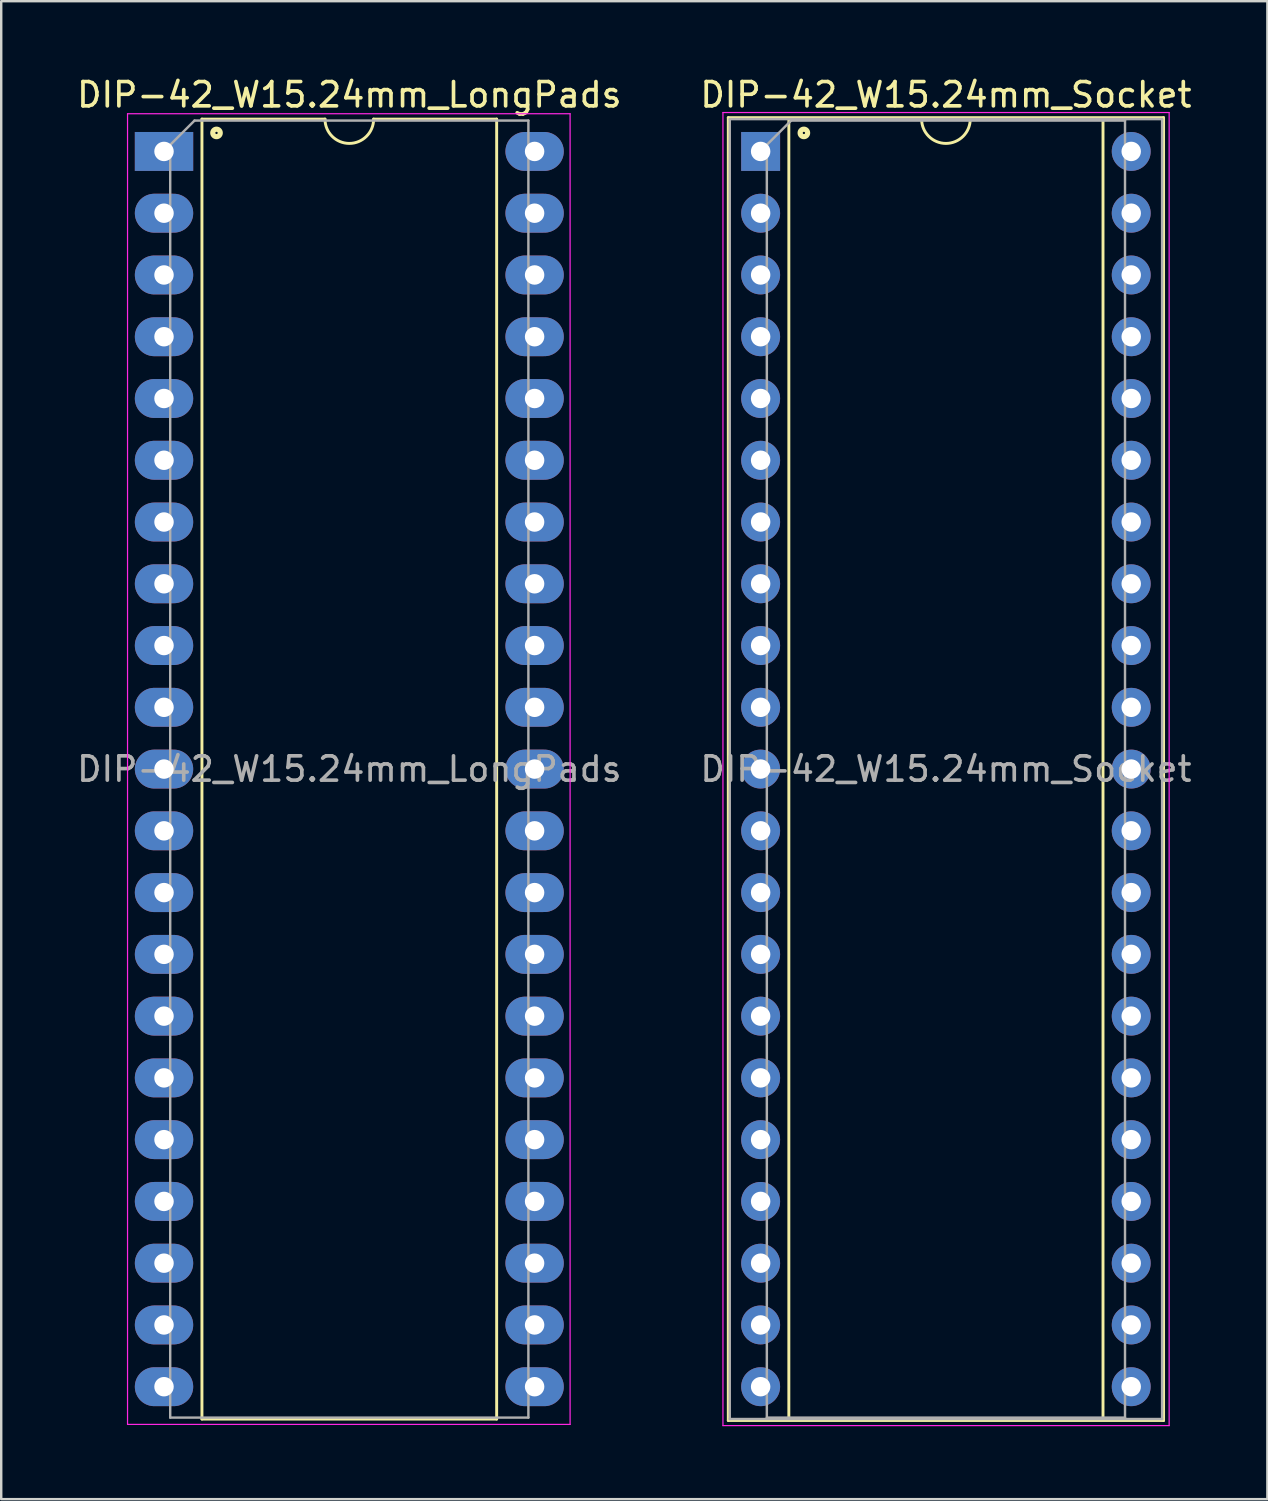
<source format=kicad_pcb>
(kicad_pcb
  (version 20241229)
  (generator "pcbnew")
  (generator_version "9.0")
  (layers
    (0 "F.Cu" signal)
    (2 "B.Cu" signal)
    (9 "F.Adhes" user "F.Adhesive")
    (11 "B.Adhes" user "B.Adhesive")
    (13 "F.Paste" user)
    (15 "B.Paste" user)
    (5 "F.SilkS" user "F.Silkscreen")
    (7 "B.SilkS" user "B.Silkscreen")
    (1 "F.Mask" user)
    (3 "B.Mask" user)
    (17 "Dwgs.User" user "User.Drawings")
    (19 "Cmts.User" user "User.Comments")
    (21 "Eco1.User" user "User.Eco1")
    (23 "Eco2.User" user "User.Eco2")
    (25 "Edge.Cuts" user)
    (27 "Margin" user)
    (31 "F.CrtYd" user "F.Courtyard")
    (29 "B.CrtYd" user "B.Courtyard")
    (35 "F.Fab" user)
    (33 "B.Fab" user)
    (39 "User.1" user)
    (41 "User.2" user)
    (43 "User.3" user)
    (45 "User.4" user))
  (footprint "DIP-42_W15.24mm_LongPads"
    (layer "F.Cu")
    (at 3.695 3.178)
    (property "Reference" "DIP-42_W15.24mm_LongPads" (at 7.62 -2.33 0) (layer "F.SilkS") (effects (font (size 1 1) (thickness 0.15))))
    (attr through_hole)
    (fp_line (start 1.56 -1.33) (end 1.56 52.13) (stroke (width 0.12) (type solid)) (layer "F.SilkS"))
    (fp_line (start 1.56 52.13) (end 13.68 52.13) (stroke (width 0.12) (type solid)) (layer "F.SilkS"))
    (fp_line (start 6.62 -1.33) (end 1.56 -1.33) (stroke (width 0.12) (type solid)) (layer "F.SilkS"))
    (fp_line (start 13.68 -1.33) (end 8.62 -1.33) (stroke (width 0.12) (type solid)) (layer "F.SilkS"))
    (fp_line (start 13.68 52.13) (end 13.68 -1.33) (stroke (width 0.12) (type solid)) (layer "F.SilkS"))
    (fp_arc (start 8.62 -1.33) (mid 7.62 -0.33) (end 6.62 -1.33) (stroke (width 0.12) (type solid)) (layer "F.SilkS"))
    (fp_circle (center 2.159 -0.762) (end 2.209 -0.762) (stroke (width 0.12) (type solid)) (fill no) (layer "F.SilkS"))
    (fp_circle (center 2.159 -0.762) (end 2.284 -0.762) (stroke (width 0.12) (type solid)) (fill no) (layer "F.SilkS"))
    (fp_circle (center 2.159 -0.762) (end 2.359 -0.762) (stroke (width 0.12) (type solid)) (fill no) (layer "F.SilkS"))
    (fp_line (start -1.5 -1.55) (end -1.5 52.35) (stroke (width 0.05) (type solid)) (layer "F.CrtYd"))
    (fp_line (start -1.5 52.35) (end 16.7 52.35) (stroke (width 0.05) (type solid)) (layer "F.CrtYd"))
    (fp_line (start 16.7 -1.55) (end -1.5 -1.55) (stroke (width 0.05) (type solid)) (layer "F.CrtYd"))
    (fp_line (start 16.7 52.35) (end 16.7 -1.55) (stroke (width 0.05) (type solid)) (layer "F.CrtYd"))
    (fp_line (start 0.255 -0.27) (end 1.255 -1.27) (stroke (width 0.1) (type solid)) (layer "F.Fab"))
    (fp_line (start 0.255 52.07) (end 0.255 -0.27) (stroke (width 0.1) (type solid)) (layer "F.Fab"))
    (fp_line (start 1.255 -1.27) (end 14.985 -1.27) (stroke (width 0.1) (type solid)) (layer "F.Fab"))
    (fp_line (start 14.985 -1.27) (end 14.985 52.07) (stroke (width 0.1) (type solid)) (layer "F.Fab"))
    (fp_line (start 14.985 52.07) (end 0.255 52.07) (stroke (width 0.1) (type solid)) (layer "F.Fab"))
    (fp_text user "${REFERENCE}" (at 7.62 25.4 0) (layer "F.Fab") (effects (font (size 1 1) (thickness 0.15))))
    (pad "1" thru_hole rect (at 0 0) (size 2.4 1.6) (drill 0.8) (layers "*.Cu" "*.Mask"))
    (pad "2" thru_hole oval (at 0 2.54) (size 2.4 1.6) (drill 0.8) (layers "*.Cu" "*.Mask"))
    (pad "3" thru_hole oval (at 0 5.08) (size 2.4 1.6) (drill 0.8) (layers "*.Cu" "*.Mask"))
    (pad "4" thru_hole oval (at 0 7.62) (size 2.4 1.6) (drill 0.8) (layers "*.Cu" "*.Mask"))
    (pad "5" thru_hole oval (at 0 10.16) (size 2.4 1.6) (drill 0.8) (layers "*.Cu" "*.Mask"))
    (pad "6" thru_hole oval (at 0 12.7) (size 2.4 1.6) (drill 0.8) (layers "*.Cu" "*.Mask"))
    (pad "7" thru_hole oval (at 0 15.24) (size 2.4 1.6) (drill 0.8) (layers "*.Cu" "*.Mask"))
    (pad "8" thru_hole oval (at 0 17.78) (size 2.4 1.6) (drill 0.8) (layers "*.Cu" "*.Mask"))
    (pad "9" thru_hole oval (at 0 20.32) (size 2.4 1.6) (drill 0.8) (layers "*.Cu" "*.Mask"))
    (pad "10" thru_hole oval (at 0 22.86) (size 2.4 1.6) (drill 0.8) (layers "*.Cu" "*.Mask"))
    (pad "11" thru_hole oval (at 0 25.4) (size 2.4 1.6) (drill 0.8) (layers "*.Cu" "*.Mask"))
    (pad "12" thru_hole oval (at 0 27.94) (size 2.4 1.6) (drill 0.8) (layers "*.Cu" "*.Mask"))
    (pad "13" thru_hole oval (at 0 30.48) (size 2.4 1.6) (drill 0.8) (layers "*.Cu" "*.Mask"))
    (pad "14" thru_hole oval (at 0 33.02) (size 2.4 1.6) (drill 0.8) (layers "*.Cu" "*.Mask"))
    (pad "15" thru_hole oval (at 0 35.56) (size 2.4 1.6) (drill 0.8) (layers "*.Cu" "*.Mask"))
    (pad "16" thru_hole oval (at 0 38.1) (size 2.4 1.6) (drill 0.8) (layers "*.Cu" "*.Mask"))
    (pad "17" thru_hole oval (at 0 40.64) (size 2.4 1.6) (drill 0.8) (layers "*.Cu" "*.Mask"))
    (pad "18" thru_hole oval (at 0 43.18) (size 2.4 1.6) (drill 0.8) (layers "*.Cu" "*.Mask"))
    (pad "19" thru_hole oval (at 0 45.72) (size 2.4 1.6) (drill 0.8) (layers "*.Cu" "*.Mask"))
    (pad "20" thru_hole oval (at 0 48.26) (size 2.4 1.6) (drill 0.8) (layers "*.Cu" "*.Mask"))
    (pad "21" thru_hole oval (at 0 50.8) (size 2.4 1.6) (drill 0.8) (layers "*.Cu" "*.Mask"))
    (pad "22" thru_hole oval (at 15.24 50.8) (size 2.4 1.6) (drill 0.8) (layers "*.Cu" "*.Mask"))
    (pad "23" thru_hole oval (at 15.24 48.26) (size 2.4 1.6) (drill 0.8) (layers "*.Cu" "*.Mask"))
    (pad "24" thru_hole oval (at 15.24 45.72) (size 2.4 1.6) (drill 0.8) (layers "*.Cu" "*.Mask"))
    (pad "25" thru_hole oval (at 15.24 43.18) (size 2.4 1.6) (drill 0.8) (layers "*.Cu" "*.Mask"))
    (pad "26" thru_hole oval (at 15.24 40.64) (size 2.4 1.6) (drill 0.8) (layers "*.Cu" "*.Mask"))
    (pad "27" thru_hole oval (at 15.24 38.1) (size 2.4 1.6) (drill 0.8) (layers "*.Cu" "*.Mask"))
    (pad "28" thru_hole oval (at 15.24 35.56) (size 2.4 1.6) (drill 0.8) (layers "*.Cu" "*.Mask"))
    (pad "29" thru_hole oval (at 15.24 33.02) (size 2.4 1.6) (drill 0.8) (layers "*.Cu" "*.Mask"))
    (pad "30" thru_hole oval (at 15.24 30.48) (size 2.4 1.6) (drill 0.8) (layers "*.Cu" "*.Mask"))
    (pad "31" thru_hole oval (at 15.24 27.94) (size 2.4 1.6) (drill 0.8) (layers "*.Cu" "*.Mask"))
    (pad "32" thru_hole oval (at 15.24 25.4) (size 2.4 1.6) (drill 0.8) (layers "*.Cu" "*.Mask"))
    (pad "33" thru_hole oval (at 15.24 22.86) (size 2.4 1.6) (drill 0.8) (layers "*.Cu" "*.Mask"))
    (pad "34" thru_hole oval (at 15.24 20.32) (size 2.4 1.6) (drill 0.8) (layers "*.Cu" "*.Mask"))
    (pad "35" thru_hole oval (at 15.24 17.78) (size 2.4 1.6) (drill 0.8) (layers "*.Cu" "*.Mask"))
    (pad "36" thru_hole oval (at 15.24 15.24) (size 2.4 1.6) (drill 0.8) (layers "*.Cu" "*.Mask"))
    (pad "37" thru_hole oval (at 15.24 12.7) (size 2.4 1.6) (drill 0.8) (layers "*.Cu" "*.Mask"))
    (pad "38" thru_hole oval (at 15.24 10.16) (size 2.4 1.6) (drill 0.8) (layers "*.Cu" "*.Mask"))
    (pad "39" thru_hole oval (at 15.24 7.62) (size 2.4 1.6) (drill 0.8) (layers "*.Cu" "*.Mask"))
    (pad "40" thru_hole oval (at 15.24 5.08) (size 2.4 1.6) (drill 0.8) (layers "*.Cu" "*.Mask"))
    (pad "41" thru_hole oval (at 15.24 2.54) (size 2.4 1.6) (drill 0.8) (layers "*.Cu" "*.Mask"))
    (pad "42" thru_hole oval (at 15.24 0) (size 2.4 1.6) (drill 0.8) (layers "*.Cu" "*.Mask")))
  (footprint "DIP-42_W15.24mm_Socket"
    (layer "F.Cu")
    (at 28.231 3.178)
    (property "Reference" "DIP-42_W15.24mm_Socket" (at 7.62 -2.33 0) (layer "F.SilkS") (effects (font (size 1 1) (thickness 0.15))))
    (attr through_hole)
    (fp_line (start -1.33 -1.39) (end -1.33 52.19) (stroke (width 0.12) (type solid)) (layer "F.SilkS"))
    (fp_line (start -1.33 52.19) (end 16.57 52.19) (stroke (width 0.12) (type solid)) (layer "F.SilkS"))
    (fp_line (start 1.16 -1.33) (end 1.16 52.13) (stroke (width 0.12) (type solid)) (layer "F.SilkS"))
    (fp_line (start 1.16 52.13) (end 14.08 52.13) (stroke (width 0.12) (type solid)) (layer "F.SilkS"))
    (fp_line (start 6.62 -1.33) (end 1.16 -1.33) (stroke (width 0.12) (type solid)) (layer "F.SilkS"))
    (fp_line (start 14.08 -1.33) (end 8.62 -1.33) (stroke (width 0.12) (type solid)) (layer "F.SilkS"))
    (fp_line (start 14.08 52.13) (end 14.08 -1.33) (stroke (width 0.12) (type solid)) (layer "F.SilkS"))
    (fp_line (start 16.57 -1.39) (end -1.33 -1.39) (stroke (width 0.12) (type solid)) (layer "F.SilkS"))
    (fp_line (start 16.57 52.19) (end 16.57 -1.39) (stroke (width 0.12) (type solid)) (layer "F.SilkS"))
    (fp_arc (start 8.62 -1.33) (mid 7.62 -0.33) (end 6.62 -1.33) (stroke (width 0.12) (type solid)) (layer "F.SilkS"))
    (fp_circle (center 1.778 -0.762) (end 1.828 -0.762) (stroke (width 0.12) (type solid)) (fill no) (layer "F.SilkS"))
    (fp_circle (center 1.778 -0.762) (end 1.903 -0.762) (stroke (width 0.12) (type solid)) (fill no) (layer "F.SilkS"))
    (fp_circle (center 1.778 -0.762) (end 1.978 -0.762) (stroke (width 0.12) (type solid)) (fill no) (layer "F.SilkS"))
    (fp_line (start -1.55 -1.6) (end -1.55 52.4) (stroke (width 0.05) (type solid)) (layer "F.CrtYd"))
    (fp_line (start -1.55 52.4) (end 16.8 52.4) (stroke (width 0.05) (type solid)) (layer "F.CrtYd"))
    (fp_line (start 16.8 -1.6) (end -1.55 -1.6) (stroke (width 0.05) (type solid)) (layer "F.CrtYd"))
    (fp_line (start 16.8 52.4) (end 16.8 -1.6) (stroke (width 0.05) (type solid)) (layer "F.CrtYd"))
    (fp_line (start -1.27 -1.33) (end -1.27 52.13) (stroke (width 0.1) (type solid)) (layer "F.Fab"))
    (fp_line (start -1.27 52.13) (end 16.51 52.13) (stroke (width 0.1) (type solid)) (layer "F.Fab"))
    (fp_line (start 0.255 -0.27) (end 1.255 -1.27) (stroke (width 0.1) (type solid)) (layer "F.Fab"))
    (fp_line (start 0.255 52.07) (end 0.255 -0.27) (stroke (width 0.1) (type solid)) (layer "F.Fab"))
    (fp_line (start 1.255 -1.27) (end 14.985 -1.27) (stroke (width 0.1) (type solid)) (layer "F.Fab"))
    (fp_line (start 14.985 -1.27) (end 14.985 52.07) (stroke (width 0.1) (type solid)) (layer "F.Fab"))
    (fp_line (start 14.985 52.07) (end 0.255 52.07) (stroke (width 0.1) (type solid)) (layer "F.Fab"))
    (fp_line (start 16.51 -1.33) (end -1.27 -1.33) (stroke (width 0.1) (type solid)) (layer "F.Fab"))
    (fp_line (start 16.51 52.13) (end 16.51 -1.33) (stroke (width 0.1) (type solid)) (layer "F.Fab"))
    (fp_text user "${REFERENCE}" (at 7.62 25.4 0) (layer "F.Fab") (effects (font (size 1 1) (thickness 0.15))))
    (pad "1" thru_hole rect (at 0 0) (size 1.6 1.6) (drill 0.8) (layers "*.Cu" "*.Mask"))
    (pad "2" thru_hole oval (at 0 2.54) (size 1.6 1.6) (drill 0.8) (layers "*.Cu" "*.Mask"))
    (pad "3" thru_hole oval (at 0 5.08) (size 1.6 1.6) (drill 0.8) (layers "*.Cu" "*.Mask"))
    (pad "4" thru_hole oval (at 0 7.62) (size 1.6 1.6) (drill 0.8) (layers "*.Cu" "*.Mask"))
    (pad "5" thru_hole oval (at 0 10.16) (size 1.6 1.6) (drill 0.8) (layers "*.Cu" "*.Mask"))
    (pad "6" thru_hole oval (at 0 12.7) (size 1.6 1.6) (drill 0.8) (layers "*.Cu" "*.Mask"))
    (pad "7" thru_hole oval (at 0 15.24) (size 1.6 1.6) (drill 0.8) (layers "*.Cu" "*.Mask"))
    (pad "8" thru_hole oval (at 0 17.78) (size 1.6 1.6) (drill 0.8) (layers "*.Cu" "*.Mask"))
    (pad "9" thru_hole oval (at 0 20.32) (size 1.6 1.6) (drill 0.8) (layers "*.Cu" "*.Mask"))
    (pad "10" thru_hole oval (at 0 22.86) (size 1.6 1.6) (drill 0.8) (layers "*.Cu" "*.Mask"))
    (pad "11" thru_hole oval (at 0 25.4) (size 1.6 1.6) (drill 0.8) (layers "*.Cu" "*.Mask"))
    (pad "12" thru_hole oval (at 0 27.94) (size 1.6 1.6) (drill 0.8) (layers "*.Cu" "*.Mask"))
    (pad "13" thru_hole oval (at 0 30.48) (size 1.6 1.6) (drill 0.8) (layers "*.Cu" "*.Mask"))
    (pad "14" thru_hole oval (at 0 33.02) (size 1.6 1.6) (drill 0.8) (layers "*.Cu" "*.Mask"))
    (pad "15" thru_hole oval (at 0 35.56) (size 1.6 1.6) (drill 0.8) (layers "*.Cu" "*.Mask"))
    (pad "16" thru_hole oval (at 0 38.1) (size 1.6 1.6) (drill 0.8) (layers "*.Cu" "*.Mask"))
    (pad "17" thru_hole oval (at 0 40.64) (size 1.6 1.6) (drill 0.8) (layers "*.Cu" "*.Mask"))
    (pad "18" thru_hole oval (at 0 43.18) (size 1.6 1.6) (drill 0.8) (layers "*.Cu" "*.Mask"))
    (pad "19" thru_hole oval (at 0 45.72) (size 1.6 1.6) (drill 0.8) (layers "*.Cu" "*.Mask"))
    (pad "20" thru_hole oval (at 0 48.26) (size 1.6 1.6) (drill 0.8) (layers "*.Cu" "*.Mask"))
    (pad "21" thru_hole oval (at 0 50.8) (size 1.6 1.6) (drill 0.8) (layers "*.Cu" "*.Mask"))
    (pad "22" thru_hole oval (at 15.24 50.8) (size 1.6 1.6) (drill 0.8) (layers "*.Cu" "*.Mask"))
    (pad "23" thru_hole oval (at 15.24 48.26) (size 1.6 1.6) (drill 0.8) (layers "*.Cu" "*.Mask"))
    (pad "24" thru_hole oval (at 15.24 45.72) (size 1.6 1.6) (drill 0.8) (layers "*.Cu" "*.Mask"))
    (pad "25" thru_hole oval (at 15.24 43.18) (size 1.6 1.6) (drill 0.8) (layers "*.Cu" "*.Mask"))
    (pad "26" thru_hole oval (at 15.24 40.64) (size 1.6 1.6) (drill 0.8) (layers "*.Cu" "*.Mask"))
    (pad "27" thru_hole oval (at 15.24 38.1) (size 1.6 1.6) (drill 0.8) (layers "*.Cu" "*.Mask"))
    (pad "28" thru_hole oval (at 15.24 35.56) (size 1.6 1.6) (drill 0.8) (layers "*.Cu" "*.Mask"))
    (pad "29" thru_hole oval (at 15.24 33.02) (size 1.6 1.6) (drill 0.8) (layers "*.Cu" "*.Mask"))
    (pad "30" thru_hole oval (at 15.24 30.48) (size 1.6 1.6) (drill 0.8) (layers "*.Cu" "*.Mask"))
    (pad "31" thru_hole oval (at 15.24 27.94) (size 1.6 1.6) (drill 0.8) (layers "*.Cu" "*.Mask"))
    (pad "32" thru_hole oval (at 15.24 25.4) (size 1.6 1.6) (drill 0.8) (layers "*.Cu" "*.Mask"))
    (pad "33" thru_hole oval (at 15.24 22.86) (size 1.6 1.6) (drill 0.8) (layers "*.Cu" "*.Mask"))
    (pad "34" thru_hole oval (at 15.24 20.32) (size 1.6 1.6) (drill 0.8) (layers "*.Cu" "*.Mask"))
    (pad "35" thru_hole oval (at 15.24 17.78) (size 1.6 1.6) (drill 0.8) (layers "*.Cu" "*.Mask"))
    (pad "36" thru_hole oval (at 15.24 15.24) (size 1.6 1.6) (drill 0.8) (layers "*.Cu" "*.Mask"))
    (pad "37" thru_hole oval (at 15.24 12.7) (size 1.6 1.6) (drill 0.8) (layers "*.Cu" "*.Mask"))
    (pad "38" thru_hole oval (at 15.24 10.16) (size 1.6 1.6) (drill 0.8) (layers "*.Cu" "*.Mask"))
    (pad "39" thru_hole oval (at 15.24 7.62) (size 1.6 1.6) (drill 0.8) (layers "*.Cu" "*.Mask"))
    (pad "40" thru_hole oval (at 15.24 5.08) (size 1.6 1.6) (drill 0.8) (layers "*.Cu" "*.Mask"))
    (pad "41" thru_hole oval (at 15.24 2.54) (size 1.6 1.6) (drill 0.8) (layers "*.Cu" "*.Mask"))
    (pad "42" thru_hole oval (at 15.24 0) (size 1.6 1.6) (drill 0.8) (layers "*.Cu" "*.Mask")))
  (gr_rect
    (start -3 -3)
    (end 49.071 58.603)
    (stroke (width 0.1) (type default))
    (fill no)
    (layer "Edge.Cuts")))
</source>
